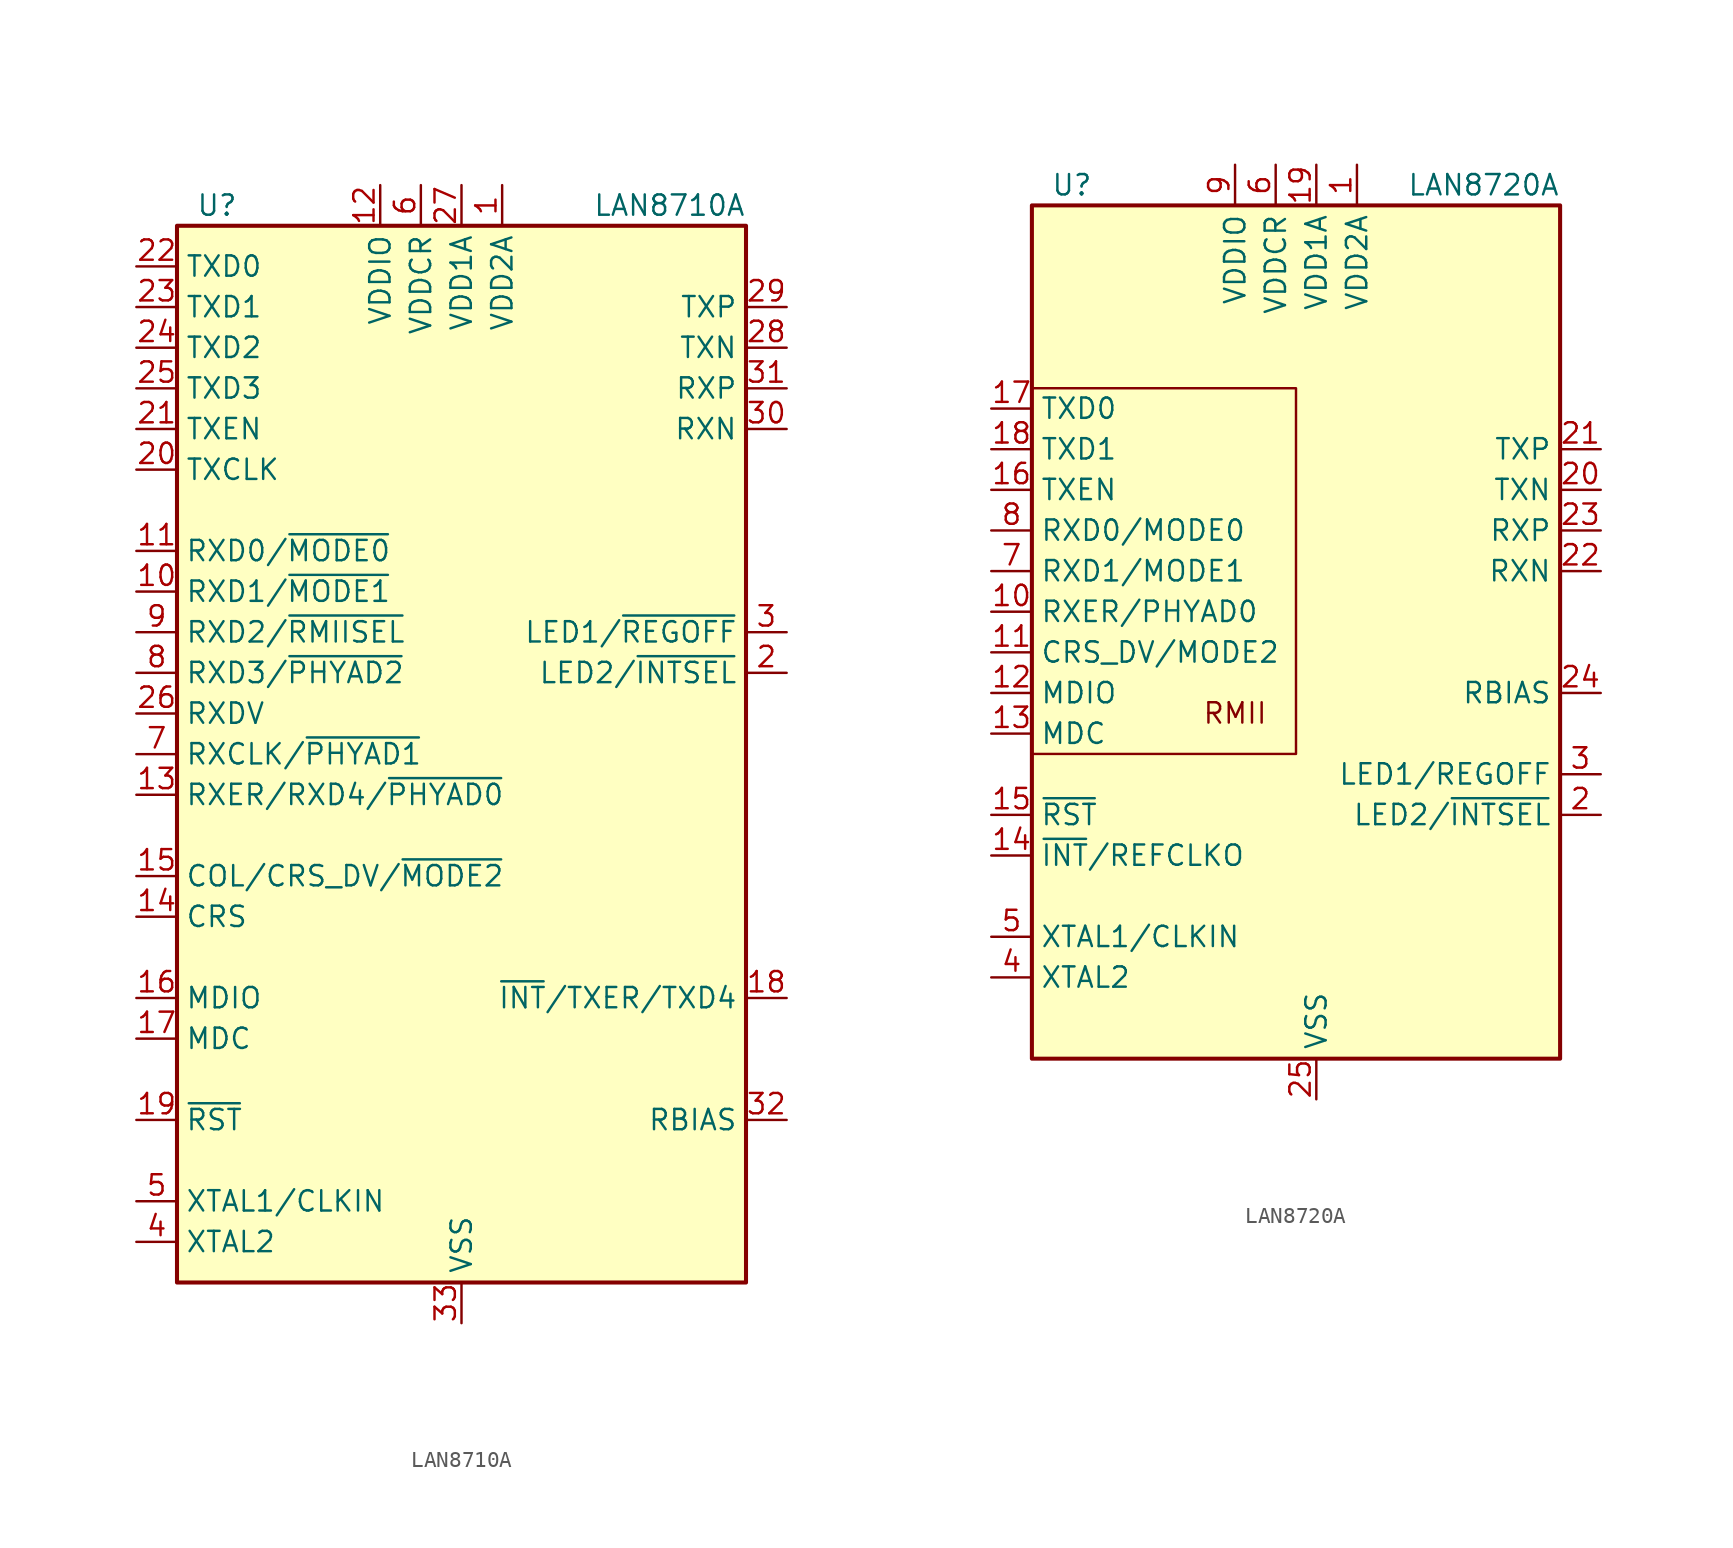
<source format=kicad_sym>
(kicad_symbol_lib
  (version 20220914)
  (generator kicad_symbol_editor)
  (symbol "LAN8710A"
    (property "Reference" "U"
      (at -13.97 34.29 0)
      (effects (font (size 1.27 1.27)) (justify right)))
    (property "Value" "LAN8710A"
      (at 17.78 34.29 0)
      (effects (font (size 1.27 1.27)) (justify right)))
    (symbol "LAN8710A_0_1"
      (rectangle (start -17.78 33.02) (end 17.78 -33.02) (stroke (width 0.254) (type default)) (fill (type background))))
    (symbol "LAN8710A_1_1"
      (pin power_in line (at 2.54 35.56 270) (length 2.54) (name "VDD2A" (effects (font (size 1.27 1.27)))) (number "1" (effects (font (size 1.27 1.27)))))
      (pin bidirectional line (at -20.32 10.16 0) (length 2.54) (name "RXD1/~{MODE1}" (effects (font (size 1.27 1.27)))) (number "10" (effects (font (size 1.27 1.27)))))
      (pin bidirectional line (at -20.32 12.7 0) (length 2.54) (name "RXD0/~{MODE0}" (effects (font (size 1.27 1.27)))) (number "11" (effects (font (size 1.27 1.27)))))
      (pin power_in line (at -5.08 35.56 270) (length 2.54) (name "VDDIO" (effects (font (size 1.27 1.27)))) (number "12" (effects (font (size 1.27 1.27)))))
      (pin bidirectional line (at -20.32 -2.54 0) (length 2.54) (name "RXER/RXD4/~{PHYAD0}" (effects (font (size 1.27 1.27)))) (number "13" (effects (font (size 1.27 1.27)))))
      (pin output line (at -20.32 -10.16 0) (length 2.54) (name "CRS" (effects (font (size 1.27 1.27)))) (number "14" (effects (font (size 1.27 1.27)))))
      (pin bidirectional line (at -20.32 -7.62 0) (length 2.54) (name "COL/CRS_DV/~{MODE2}" (effects (font (size 1.27 1.27)))) (number "15" (effects (font (size 1.27 1.27)))))
      (pin bidirectional line (at -20.32 -15.24 0) (length 2.54) (name "MDIO" (effects (font (size 1.27 1.27)))) (number "16" (effects (font (size 1.27 1.27)))))
      (pin input line (at -20.32 -17.78 0) (length 2.54) (name "MDC" (effects (font (size 1.27 1.27)))) (number "17" (effects (font (size 1.27 1.27)))))
      (pin bidirectional line (at 20.32 -15.24 180) (length 2.54) (name "~{INT}/TXER/TXD4" (effects (font (size 1.27 1.27)))) (number "18" (effects (font (size 1.27 1.27)))))
      (pin input line (at -20.32 -22.86 0) (length 2.54) (name "~{RST}" (effects (font (size 1.27 1.27)))) (number "19" (effects (font (size 1.27 1.27)))))
      (pin bidirectional line (at 20.32 5.08 180) (length 2.54) (name "LED2/~{INTSEL}" (effects (font (size 1.27 1.27)))) (number "2" (effects (font (size 1.27 1.27)))))
      (pin output line (at -20.32 17.78 0) (length 2.54) (name "TXCLK" (effects (font (size 1.27 1.27)))) (number "20" (effects (font (size 1.27 1.27)))))
      (pin input line (at -20.32 20.32 0) (length 2.54) (name "TXEN" (effects (font (size 1.27 1.27)))) (number "21" (effects (font (size 1.27 1.27)))))
      (pin input line (at -20.32 30.48 0) (length 2.54) (name "TXD0" (effects (font (size 1.27 1.27)))) (number "22" (effects (font (size 1.27 1.27)))))
      (pin input line (at -20.32 27.94 0) (length 2.54) (name "TXD1" (effects (font (size 1.27 1.27)))) (number "23" (effects (font (size 1.27 1.27)))))
      (pin input line (at -20.32 25.4 0) (length 2.54) (name "TXD2" (effects (font (size 1.27 1.27)))) (number "24" (effects (font (size 1.27 1.27)))))
      (pin input line (at -20.32 22.86 0) (length 2.54) (name "TXD3" (effects (font (size 1.27 1.27)))) (number "25" (effects (font (size 1.27 1.27)))))
      (pin output line (at -20.32 2.54 0) (length 2.54) (name "RXDV" (effects (font (size 1.27 1.27)))) (number "26" (effects (font (size 1.27 1.27)))))
      (pin power_in line (at 0 35.56 270) (length 2.54) (name "VDD1A" (effects (font (size 1.27 1.27)))) (number "27" (effects (font (size 1.27 1.27)))))
      (pin bidirectional line (at 20.32 25.4 180) (length 2.54) (name "TXN" (effects (font (size 1.27 1.27)))) (number "28" (effects (font (size 1.27 1.27)))))
      (pin bidirectional line (at 20.32 27.94 180) (length 2.54) (name "TXP" (effects (font (size 1.27 1.27)))) (number "29" (effects (font (size 1.27 1.27)))))
      (pin bidirectional line (at 20.32 7.62 180) (length 2.54) (name "LED1/~{REGOFF}" (effects (font (size 1.27 1.27)))) (number "3" (effects (font (size 1.27 1.27)))))
      (pin bidirectional line (at 20.32 20.32 180) (length 2.54) (name "RXN" (effects (font (size 1.27 1.27)))) (number "30" (effects (font (size 1.27 1.27)))))
      (pin bidirectional line (at 20.32 22.86 180) (length 2.54) (name "RXP" (effects (font (size 1.27 1.27)))) (number "31" (effects (font (size 1.27 1.27)))))
      (pin passive line (at 20.32 -22.86 180) (length 2.54) (name "RBIAS" (effects (font (size 1.27 1.27)))) (number "32" (effects (font (size 1.27 1.27)))))
      (pin power_in line (at 0 -35.56 90) (length 2.54) (name "VSS" (effects (font (size 1.27 1.27)))) (number "33" (effects (font (size 1.27 1.27)))))
      (pin output line (at -20.32 -30.48 0) (length 2.54) (name "XTAL2" (effects (font (size 1.27 1.27)))) (number "4" (effects (font (size 1.27 1.27)))))
      (pin input line (at -20.32 -27.94 0) (length 2.54) (name "XTAL1/CLKIN" (effects (font (size 1.27 1.27)))) (number "5" (effects (font (size 1.27 1.27)))))
      (pin power_in line (at -2.54 35.56 270) (length 2.54) (name "VDDCR" (effects (font (size 1.27 1.27)))) (number "6" (effects (font (size 1.27 1.27)))))
      (pin bidirectional line (at -20.32 0 0) (length 2.54) (name "RXCLK/~{PHYAD1}" (effects (font (size 1.27 1.27)))) (number "7" (effects (font (size 1.27 1.27)))))
      (pin bidirectional line (at -20.32 5.08 0) (length 2.54) (name "RXD3/~{PHYAD2}" (effects (font (size 1.27 1.27)))) (number "8" (effects (font (size 1.27 1.27)))))
      (pin bidirectional line (at -20.32 7.62 0) (length 2.54) (name "RXD2/~{RMIISEL}" (effects (font (size 1.27 1.27)))) (number "9" (effects (font (size 1.27 1.27)))))))
  (symbol "LAN8720A"
    (property "Reference" "U"
      (at -13.97 29.21 0)
      (effects (font (size 1.27 1.27)) (justify right)))
    (property "Value" "LAN8720A"
      (at 15.24 29.21 0)
      (effects (font (size 1.27 1.27)) (justify right)))
    (symbol "LAN8720A_0_0"
      (text "RMII" (at -5.08 -3.81 0) (effects (font (size 1.27 1.27)))))
    (symbol "LAN8720A_0_1"
      (rectangle (start -17.78 27.94) (end 15.24 -25.4) (stroke (width 0.254) (type default)) (fill (type background)))
      (polyline (pts (xy -17.78 -6.35) (xy -1.27 -6.35) (xy -1.27 16.51) (xy -17.78 16.51)) (stroke (width 0) (type default)) (fill (type none))))
    (symbol "LAN8720A_1_1"
      (pin power_in line (at 2.54 30.48 270) (length 2.54) (name "VDD2A" (effects (font (size 1.27 1.27)))) (number "1" (effects (font (size 1.27 1.27)))))
      (pin output line (at -20.32 2.54 0) (length 2.54) (name "RXER/PHYAD0" (effects (font (size 1.27 1.27)))) (number "10" (effects (font (size 1.27 1.27)))))
      (pin bidirectional line (at -20.32 0 0) (length 2.54) (name "CRS_DV/MODE2" (effects (font (size 1.27 1.27)))) (number "11" (effects (font (size 1.27 1.27)))))
      (pin bidirectional line (at -20.32 -2.54 0) (length 2.54) (name "MDIO" (effects (font (size 1.27 1.27)))) (number "12" (effects (font (size 1.27 1.27)))))
      (pin input line (at -20.32 -5.08 0) (length 2.54) (name "MDC" (effects (font (size 1.27 1.27)))) (number "13" (effects (font (size 1.27 1.27)))))
      (pin output line (at -20.32 -12.7 0) (length 2.54) (name "~{INT}/REFCLKO" (effects (font (size 1.27 1.27)))) (number "14" (effects (font (size 1.27 1.27)))))
      (pin input line (at -20.32 -10.16 0) (length 2.54) (name "~{RST}" (effects (font (size 1.27 1.27)))) (number "15" (effects (font (size 1.27 1.27)))))
      (pin input line (at -20.32 10.16 0) (length 2.54) (name "TXEN" (effects (font (size 1.27 1.27)))) (number "16" (effects (font (size 1.27 1.27)))))
      (pin input line (at -20.32 15.24 0) (length 2.54) (name "TXD0" (effects (font (size 1.27 1.27)))) (number "17" (effects (font (size 1.27 1.27)))))
      (pin input line (at -20.32 12.7 0) (length 2.54) (name "TXD1" (effects (font (size 1.27 1.27)))) (number "18" (effects (font (size 1.27 1.27)))))
      (pin power_in line (at 0 30.48 270) (length 2.54) (name "VDD1A" (effects (font (size 1.27 1.27)))) (number "19" (effects (font (size 1.27 1.27)))))
      (pin bidirectional line (at 17.78 -10.16 180) (length 2.54) (name "LED2/~{INTSEL}" (effects (font (size 1.27 1.27)))) (number "2" (effects (font (size 1.27 1.27)))))
      (pin bidirectional line (at 17.78 10.16 180) (length 2.54) (name "TXN" (effects (font (size 1.27 1.27)))) (number "20" (effects (font (size 1.27 1.27)))))
      (pin bidirectional line (at 17.78 12.7 180) (length 2.54) (name "TXP" (effects (font (size 1.27 1.27)))) (number "21" (effects (font (size 1.27 1.27)))))
      (pin bidirectional line (at 17.78 5.08 180) (length 2.54) (name "RXN" (effects (font (size 1.27 1.27)))) (number "22" (effects (font (size 1.27 1.27)))))
      (pin bidirectional line (at 17.78 7.62 180) (length 2.54) (name "RXP" (effects (font (size 1.27 1.27)))) (number "23" (effects (font (size 1.27 1.27)))))
      (pin passive line (at 17.78 -2.54 180) (length 2.54) (name "RBIAS" (effects (font (size 1.27 1.27)))) (number "24" (effects (font (size 1.27 1.27)))))
      (pin power_in line (at 0 -27.94 90) (length 2.54) (name "VSS" (effects (font (size 1.27 1.27)))) (number "25" (effects (font (size 1.27 1.27)))))
      (pin bidirectional line (at 17.78 -7.62 180) (length 2.54) (name "LED1/REGOFF" (effects (font (size 1.27 1.27)))) (number "3" (effects (font (size 1.27 1.27)))))
      (pin output line (at -20.32 -20.32 0) (length 2.54) (name "XTAL2" (effects (font (size 1.27 1.27)))) (number "4" (effects (font (size 1.27 1.27)))))
      (pin input line (at -20.32 -17.78 0) (length 2.54) (name "XTAL1/CLKIN" (effects (font (size 1.27 1.27)))) (number "5" (effects (font (size 1.27 1.27)))))
      (pin power_in line (at -2.54 30.48 270) (length 2.54) (name "VDDCR" (effects (font (size 1.27 1.27)))) (number "6" (effects (font (size 1.27 1.27)))))
      (pin bidirectional line (at -20.32 5.08 0) (length 2.54) (name "RXD1/MODE1" (effects (font (size 1.27 1.27)))) (number "7" (effects (font (size 1.27 1.27)))))
      (pin bidirectional line (at -20.32 7.62 0) (length 2.54) (name "RXD0/MODE0" (effects (font (size 1.27 1.27)))) (number "8" (effects (font (size 1.27 1.27)))))
      (pin power_in line (at -5.08 30.48 270) (length 2.54) (name "VDDIO" (effects (font (size 1.27 1.27)))) (number "9" (effects (font (size 1.27 1.27))))))))
</source>
